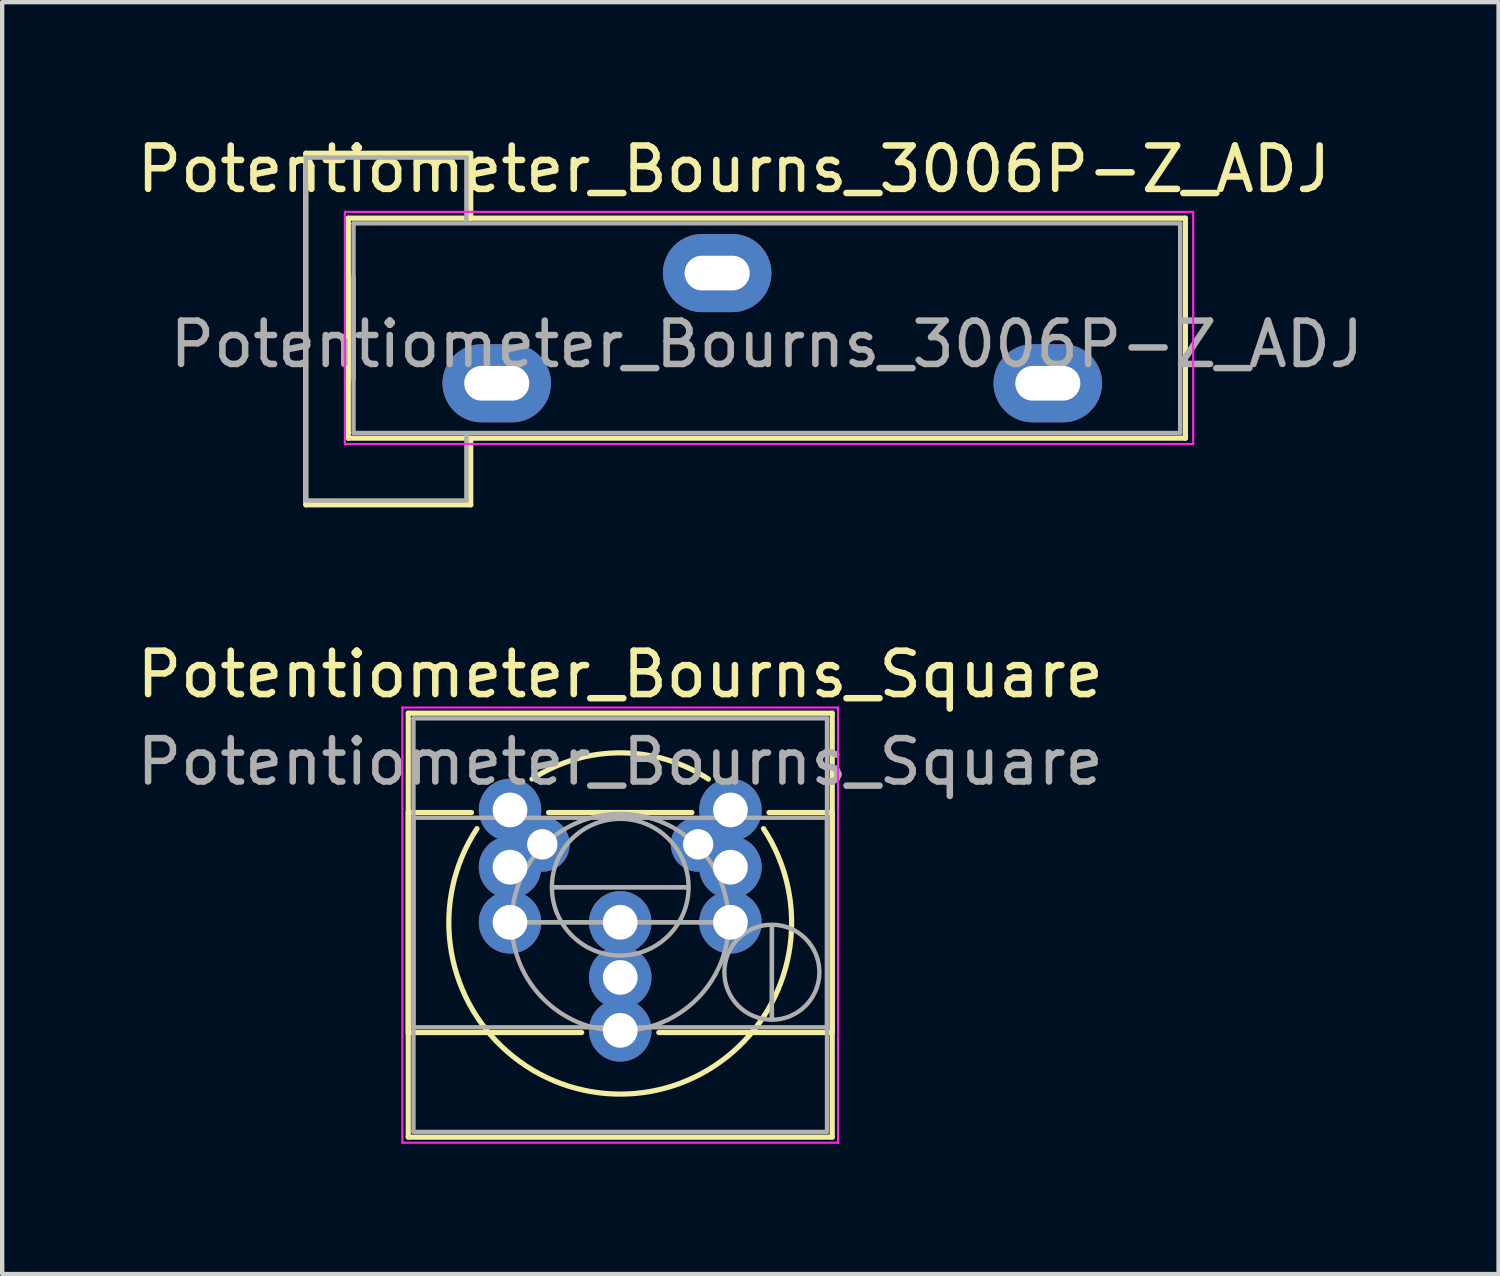
<source format=kicad_pcb>
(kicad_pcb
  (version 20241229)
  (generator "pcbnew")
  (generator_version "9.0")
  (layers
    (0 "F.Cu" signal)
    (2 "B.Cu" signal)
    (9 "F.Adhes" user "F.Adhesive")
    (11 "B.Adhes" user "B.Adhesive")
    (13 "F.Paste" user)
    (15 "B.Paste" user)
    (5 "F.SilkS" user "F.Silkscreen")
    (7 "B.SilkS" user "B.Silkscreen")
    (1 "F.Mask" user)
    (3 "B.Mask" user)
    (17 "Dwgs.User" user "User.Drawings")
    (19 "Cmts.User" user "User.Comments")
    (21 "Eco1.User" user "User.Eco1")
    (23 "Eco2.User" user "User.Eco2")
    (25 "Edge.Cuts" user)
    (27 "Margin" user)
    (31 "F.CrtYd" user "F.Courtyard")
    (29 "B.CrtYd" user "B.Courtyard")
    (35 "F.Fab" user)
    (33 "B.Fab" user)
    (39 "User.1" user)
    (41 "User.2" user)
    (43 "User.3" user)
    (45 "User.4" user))
  (footprint "Potentiometer_Bourns_3006P-Z_ADJ"
    (layer "F.Cu")
    (at 21.098 5.783)
    (property "Reference" "Potentiometer_Bourns_3006P-Z_ADJ" (at -7.235 -4.935 0) (layer "F.SilkS") (effects (font (size 1 1) (thickness 0.15))))
    (attr through_hole)
    (fp_line (start -17.1 2.8) (end -17.1 -5.3) (stroke (width 0.12) (type solid)) (layer "F.SilkS"))
    (fp_line (start -16.121 -2.569) (end -16.121 0.03) (stroke (width 0.12) (type solid)) (layer "F.SilkS"))
    (fp_line (start -16.12 -3.805) (end -16.12 1.265) (stroke (width 0.12) (type solid)) (layer "F.SilkS"))
    (fp_line (start -16.12 -3.805) (end 3.17 -3.805) (stroke (width 0.12) (type solid)) (layer "F.SilkS"))
    (fp_line (start -16.12 1.265) (end 3.17 1.265) (stroke (width 0.12) (type solid)) (layer "F.SilkS"))
    (fp_line (start -13.3 -5.3) (end -17.1 -5.3) (stroke (width 0.12) (type solid)) (layer "F.SilkS"))
    (fp_line (start -13.3 -3.8) (end -13.3 -5.3) (stroke (width 0.12) (type solid)) (layer "F.SilkS"))
    (fp_line (start -13.3 1.3) (end -13.3 2.8) (stroke (width 0.12) (type solid)) (layer "F.SilkS"))
    (fp_line (start -13.3 2.8) (end -17.1 2.8) (stroke (width 0.12) (type solid)) (layer "F.SilkS"))
    (fp_line (start 3.17 -3.805) (end 3.17 1.265) (stroke (width 0.12) (type solid)) (layer "F.SilkS"))
    (fp_line (start -16.2 -3.95) (end -16.2 1.4) (stroke (width 0.05) (type solid)) (layer "F.CrtYd"))
    (fp_line (start -16.2 1.4) (end 3.35 1.4) (stroke (width 0.05) (type solid)) (layer "F.CrtYd"))
    (fp_line (start 3.35 -3.95) (end -16.2 -3.95) (stroke (width 0.05) (type solid)) (layer "F.CrtYd"))
    (fp_line (start 3.35 1.4) (end 3.35 -3.95) (stroke (width 0.05) (type solid)) (layer "F.CrtYd"))
    (fp_line (start -17.1 -5.2) (end -17.1 2.7) (stroke (width 0.1) (type solid)) (layer "F.Fab"))
    (fp_line (start -17.1 2.7) (end -13.4 2.7) (stroke (width 0.1) (type solid)) (layer "F.Fab"))
    (fp_line (start -16 -3.685) (end -16 1.145) (stroke (width 0.1) (type solid)) (layer "F.Fab"))
    (fp_line (start -16 -0.09) (end -16 -2.45) (stroke (width 0.1) (type solid)) (layer "F.Fab"))
    (fp_line (start -16 1.145) (end 3.05 1.145) (stroke (width 0.1) (type solid)) (layer "F.Fab"))
    (fp_line (start -13.4 -5.2) (end -17.1 -5.2) (stroke (width 0.1) (type solid)) (layer "F.Fab"))
    (fp_line (start -13.4 -3.7) (end -13.4 -5.2) (stroke (width 0.1) (type solid)) (layer "F.Fab"))
    (fp_line (start -13.4 2.7) (end -13.4 1.2) (stroke (width 0.1) (type solid)) (layer "F.Fab"))
    (fp_line (start 3.05 -3.685) (end -16 -3.685) (stroke (width 0.1) (type solid)) (layer "F.Fab"))
    (fp_line (start 3.05 1.145) (end 3.05 -3.685) (stroke (width 0.1) (type solid)) (layer "F.Fab"))
    (fp_text user "${REFERENCE}" (at -6.475 -0.9 0) (layer "F.Fab") (effects (font (size 1 1) (thickness 0.15))))
    (pad "1" thru_hole oval (at 0 0) (size 2.5 1.8) (drill oval 1.5 0.8) (layers "*.Cu" "*.Mask"))
    (pad "2" thru_hole oval (at -7.62 -2.54) (size 2.5 1.8) (drill oval 1.5 0.8) (layers "*.Cu" "*.Mask"))
    (pad "3" thru_hole oval (at -12.7 0) (size 2.5 1.8) (drill oval 1.5 0.8) (layers "*.Cu" "*.Mask")))
  (footprint "Potentiometer_Bourns_Square"
    (layer "F.Cu")
    (at 13.784 18.206)
    (property "Reference" "Potentiometer_Bourns_Square" (at -2.54 -5.715 0) (layer "F.SilkS") (effects (font (size 1 1) (thickness 0.15))))
    (attr through_hole)
    (fp_line (start -7.425 -4.82) (end -7.425 4.95) (stroke (width 0.12) (type solid)) (layer "F.SilkS"))
    (fp_line (start -7.425 -2.53) (end -7.425 2.54) (stroke (width 0.12) (type solid)) (layer "F.SilkS"))
    (fp_line (start -7.425 2.54) (end -3.429 2.54) (stroke (width 0.12) (type solid)) (layer "F.SilkS"))
    (fp_line (start -5.969 -2.53) (end -7.425 -2.53) (stroke (width 0.12) (type solid)) (layer "F.SilkS"))
    (fp_line (start -4.191 -2.53) (end -0.889 -2.53) (stroke (width 0.12) (type solid)) (layer "F.SilkS"))
    (fp_line (start 2.345 -4.82) (end -7.425 -4.82) (stroke (width 0.12) (type solid)) (layer "F.SilkS"))
    (fp_line (start 2.345 -4.82) (end 2.345 4.95) (stroke (width 0.12) (type solid)) (layer "F.SilkS"))
    (fp_line (start 2.345 -2.53) (end 0.889 -2.53) (stroke (width 0.12) (type solid)) (layer "F.SilkS"))
    (fp_line (start 2.345 -2.53) (end 2.345 2.54) (stroke (width 0.12) (type solid)) (layer "F.SilkS"))
    (fp_line (start 2.345 2.54) (end -1.651 2.54) (stroke (width 0.12) (type solid)) (layer "F.SilkS"))
    (fp_line (start 2.345 4.95) (end -7.425 4.95) (stroke (width 0.12) (type solid)) (layer "F.SilkS"))
    (fp_arc (start -4.572 -3.302) (mid -2.54 -3.905989) (end -0.508 -3.302) (stroke (width 0.12) (type solid)) (layer "F.SilkS"))
    (fp_arc (start 0.762 -2.159) (mid -2.54 3.958958) (end -5.842 -2.159) (stroke (width 0.12) (type solid)) (layer "F.SilkS"))
    (fp_line (start -7.56 -4.95) (end -7.56 5.08) (stroke (width 0.05) (type solid)) (layer "F.CrtYd"))
    (fp_line (start -7.56 5.08) (end 2.48 5.08) (stroke (width 0.05) (type solid)) (layer "F.CrtYd"))
    (fp_line (start 2.48 -4.95) (end -7.56 -4.95) (stroke (width 0.05) (type solid)) (layer "F.CrtYd"))
    (fp_line (start 2.48 5.08) (end 2.48 -4.95) (stroke (width 0.05) (type solid)) (layer "F.CrtYd"))
    (fp_line (start -7.305 -4.7) (end -7.305 4.83) (stroke (width 0.1) (type solid)) (layer "F.Fab"))
    (fp_line (start -7.305 -2.41) (end -7.305 2.42) (stroke (width 0.1) (type solid)) (layer "F.Fab"))
    (fp_line (start -7.305 2.42) (end 2.225 2.42) (stroke (width 0.1) (type solid)) (layer "F.Fab"))
    (fp_line (start -7.305 4.83) (end 2.225 4.83) (stroke (width 0.1) (type solid)) (layer "F.Fab"))
    (fp_line (start -5.016 0) (end -0.065 0) (stroke (width 0.1) (type solid)) (layer "F.Fab"))
    (fp_line (start -5.016 0) (end -0.065 0) (stroke (width 0.1) (type solid)) (layer "F.Fab"))
    (fp_line (start -4.1 -0.809) (end -0.981 -0.809) (stroke (width 0.1) (type solid)) (layer "F.Fab"))
    (fp_line (start -4.1 -0.809) (end -0.981 -0.809) (stroke (width 0.1) (type solid)) (layer "F.Fab"))
    (fp_line (start 0.955 2.235) (end 0.956 0.066) (stroke (width 0.1) (type solid)) (layer "F.Fab"))
    (fp_line (start 0.955 2.235) (end 0.956 0.066) (stroke (width 0.1) (type solid)) (layer "F.Fab"))
    (fp_line (start 2.225 -4.7) (end -7.305 -4.7) (stroke (width 0.1) (type solid)) (layer "F.Fab"))
    (fp_line (start 2.225 -2.41) (end -7.305 -2.41) (stroke (width 0.1) (type solid)) (layer "F.Fab"))
    (fp_line (start 2.225 2.42) (end 2.225 -2.41) (stroke (width 0.1) (type solid)) (layer "F.Fab"))
    (fp_line (start 2.225 4.83) (end 2.225 -4.7) (stroke (width 0.1) (type solid)) (layer "F.Fab"))
    (fp_circle (center -2.541 0) (end -2.541 2.5) (stroke (width 0.1) (type solid)) (fill no) (layer "F.Fab"))
    (fp_circle (center -2.54 -0.809) (end -2.54 0.766) (stroke (width 0.1) (type solid)) (fill no) (layer "F.Fab"))
    (fp_circle (center 0.955 1.15) (end 2.05 1.15) (stroke (width 0.1) (type solid)) (fill no) (layer "F.Fab"))
    (fp_text user "${REFERENCE}" (at -2.54 -3.7 0) (layer "F.Fab") (effects (font (size 1 1) (thickness 0.15))))
    (pad "1" thru_hole circle (at -0.744 -1.797 270) (size 1.26 1.26) (drill 0.7) (layers "*.Cu" "*.Mask"))
    (pad "1" thru_hole circle (at 0 -2.59 270) (size 1.44 1.44) (drill 0.8) (layers "*.Cu" "*.Mask"))
    (pad "1" thru_hole circle (at 0 -1.27) (size 1.44 1.44) (drill 0.8) (layers "*.Cu" "*.Mask"))
    (pad "1" thru_hole circle (at 0 0) (size 1.44 1.44) (drill 0.8) (layers "*.Cu" "*.Mask"))
    (pad "2" thru_hole circle (at -2.54 0) (size 1.44 1.44) (drill 0.8) (layers "*.Cu" "*.Mask"))
    (pad "2" thru_hole circle (at -2.54 1.27) (size 1.44 1.44) (drill 0.8) (layers "*.Cu" "*.Mask"))
    (pad "2" thru_hole circle (at -2.54 2.49 270) (size 1.44 1.44) (drill 0.8) (layers "*.Cu" "*.Mask"))
    (pad "3" thru_hole circle (at -5.08 -2.59 270) (size 1.44 1.44) (drill 0.8) (layers "*.Cu" "*.Mask"))
    (pad "3" thru_hole circle (at -5.08 -1.27) (size 1.44 1.44) (drill 0.8) (layers "*.Cu" "*.Mask"))
    (pad "3" thru_hole circle (at -5.08 0) (size 1.44 1.44) (drill 0.8) (layers "*.Cu" "*.Mask"))
    (pad "3" thru_hole circle (at -4.336 -1.797 270) (size 1.26 1.26) (drill 0.7) (layers "*.Cu" "*.Mask")))
  (gr_rect
    (start -3 -3)
    (end 31.486 26.311)
    (stroke (width 0.1) (type default))
    (fill no)
    (layer "Edge.Cuts")))
</source>
